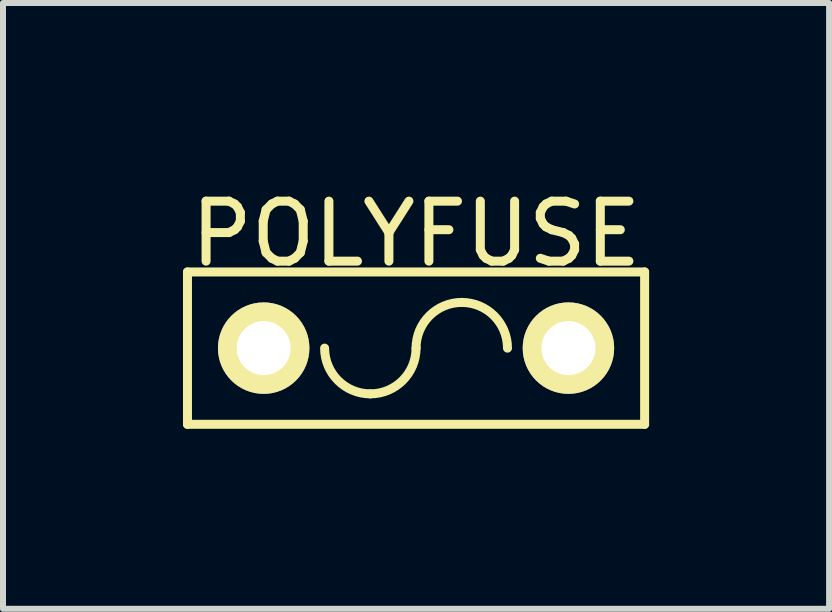
<source format=kicad_pcb>
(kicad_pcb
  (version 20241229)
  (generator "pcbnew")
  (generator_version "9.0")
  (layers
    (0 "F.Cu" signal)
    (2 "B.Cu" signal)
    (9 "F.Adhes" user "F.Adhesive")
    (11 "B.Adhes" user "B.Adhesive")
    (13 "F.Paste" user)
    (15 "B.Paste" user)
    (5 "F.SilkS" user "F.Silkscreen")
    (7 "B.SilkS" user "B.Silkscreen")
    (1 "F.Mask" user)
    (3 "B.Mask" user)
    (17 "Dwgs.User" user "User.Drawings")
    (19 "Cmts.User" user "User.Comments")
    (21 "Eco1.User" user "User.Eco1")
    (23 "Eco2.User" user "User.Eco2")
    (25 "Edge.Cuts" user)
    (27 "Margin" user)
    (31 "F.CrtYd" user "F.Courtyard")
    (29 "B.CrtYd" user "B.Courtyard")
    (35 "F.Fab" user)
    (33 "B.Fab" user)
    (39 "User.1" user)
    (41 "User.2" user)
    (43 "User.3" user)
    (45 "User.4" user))
  (footprint "POLYFUSE"
    (layer "F.Cu")
    (at 3.885 2.753)
    (property "Reference" "POLYFUSE" (at 0 -1.905 0) (layer "F.SilkS") (effects (font (size 1 1) (thickness 0.15))))
    (attr through_hole)
    (fp_line (start -3.81 -1.27) (end 3.81 -1.27) (stroke (width 0.15) (type solid)) (layer "F.SilkS"))
    (fp_line (start -3.81 1.27) (end -3.81 -1.27) (stroke (width 0.15) (type solid)) (layer "F.SilkS"))
    (fp_line (start 3.81 -1.27) (end 3.81 1.27) (stroke (width 0.15) (type solid)) (layer "F.SilkS"))
    (fp_line (start 3.81 1.27) (end -3.81 1.27) (stroke (width 0.15) (type solid)) (layer "F.SilkS"))
    (fp_arc (start -0.762 0.762) (mid -1.300815 0.538815) (end -1.524 0) (stroke (width 0.15) (type solid)) (layer "F.SilkS"))
    (fp_arc (start 0 0) (mid -0.223185 0.538815) (end -0.762 0.762) (stroke (width 0.15) (type solid)) (layer "F.SilkS"))
    (fp_arc (start 0 0) (mid 0.223185 -0.538815) (end 0.762 -0.762) (stroke (width 0.15) (type solid)) (layer "F.SilkS"))
    (fp_arc (start 0.762 -0.762) (mid 1.300815 -0.538815) (end 1.524 0) (stroke (width 0.15) (type solid)) (layer "F.SilkS"))
    (pad "1" thru_hole circle (at -2.54 0) (size 1.524 1.524) (drill 0.9) (layers "*.Cu" "*.Mask" "F.SilkS"))
    (pad "2" thru_hole circle (at 2.54 0) (size 1.524 1.524) (drill 0.9) (layers "*.Cu" "*.Mask" "F.SilkS")))
  (gr_rect
    (start -3 -3)
    (end 10.77 7.098)
    (stroke (width 0.1) (type default))
    (fill no)
    (layer "Edge.Cuts")))
</source>
